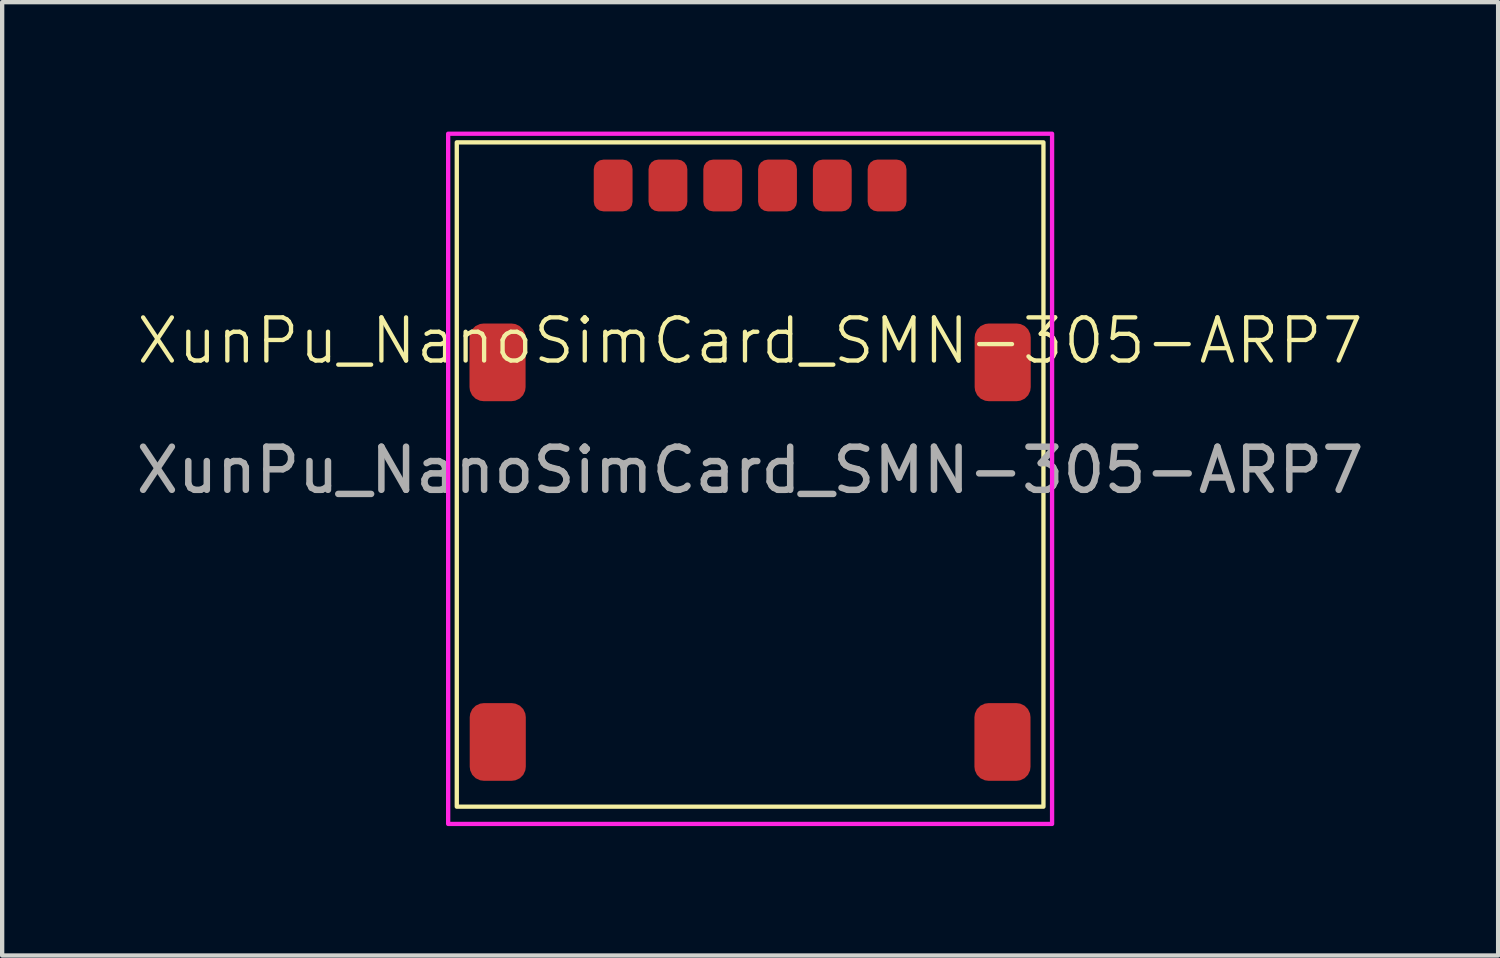
<source format=kicad_pcb>
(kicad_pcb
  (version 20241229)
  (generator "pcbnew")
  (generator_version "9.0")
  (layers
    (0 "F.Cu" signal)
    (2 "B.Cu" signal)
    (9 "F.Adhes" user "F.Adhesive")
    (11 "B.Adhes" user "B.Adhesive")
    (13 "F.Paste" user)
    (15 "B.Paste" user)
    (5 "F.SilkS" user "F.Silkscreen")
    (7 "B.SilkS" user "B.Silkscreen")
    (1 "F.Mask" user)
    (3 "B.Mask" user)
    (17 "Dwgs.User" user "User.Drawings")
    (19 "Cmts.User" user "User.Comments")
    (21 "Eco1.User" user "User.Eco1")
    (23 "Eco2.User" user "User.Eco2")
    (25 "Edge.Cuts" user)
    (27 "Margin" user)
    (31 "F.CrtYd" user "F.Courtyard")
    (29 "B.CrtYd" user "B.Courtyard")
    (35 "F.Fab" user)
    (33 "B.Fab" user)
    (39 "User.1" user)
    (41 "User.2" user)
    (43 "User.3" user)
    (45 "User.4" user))
  (footprint "XunPu_NanoSimCard_SMN-305-ARP7"
    (layer "F.Cu")
    (at 14.339 5.35)
    (property "Reference" "XunPu_NanoSimCard_SMN-305-ARP7" (at 0 -0.5 0) (unlocked yes) (layer "F.SilkS") (effects (font (size 1 1) (thickness 0.1))))
    (attr smd)
    (fp_rect (start -6.8 -5.1) (end 6.8 10.3) (stroke (width 0.1) (type default)) (fill no) (layer "F.SilkS"))
    (fp_rect (start -7 -5.3) (end 7 10.7) (stroke (width 0.1) (type default)) (fill no) (layer "F.CrtYd"))
    (fp_text user "${REFERENCE}" (at 0 2.5 0) (unlocked yes) (layer "F.Fab") (effects (font (size 1 1) (thickness 0.15))))
    (pad "1" smd roundrect (at -3.175 -4.1) (size 0.9 1.2) (layers "F.Cu" "F.Mask" "F.Paste") (roundrect_rratio 0.25))
    (pad "2" smd roundrect (at -0.635 -4.1) (size 0.9 1.2) (layers "F.Cu" "F.Mask" "F.Paste") (roundrect_rratio 0.25))
    (pad "3" smd roundrect (at 1.905 -4.1) (size 0.9 1.2) (layers "F.Cu" "F.Mask" "F.Paste") (roundrect_rratio 0.25))
    (pad "5" smd roundrect (at -1.905 -4.1) (size 0.9 1.2) (layers "F.Cu" "F.Mask" "F.Paste") (roundrect_rratio 0.25))
    (pad "6" smd roundrect (at 0.635 -4.1) (size 0.9 1.2) (layers "F.Cu" "F.Mask" "F.Paste") (roundrect_rratio 0.25))
    (pad "7" smd roundrect (at 3.175 -4.1) (size 0.9 1.2) (layers "F.Cu" "F.Mask" "F.Paste") (roundrect_rratio 0.25))
    (pad "SH" smd roundrect (at -5.855 0) (size 1.3 1.8) (layers "F.Cu" "F.Mask" "F.Paste") (roundrect_rratio 0.25))
    (pad "SH" smd roundrect (at 5.85 8.8) (size 1.3 1.8) (layers "F.Cu" "F.Mask" "F.Paste") (roundrect_rratio 0.25))
    (pad "SH" smd roundrect (at 5.855 0) (size 1.3 1.8) (layers "F.Cu" "F.Mask" "F.Paste") (roundrect_rratio 0.25))
    (pad "SW" smd roundrect (at -5.85 8.8) (size 1.3 1.8) (layers "F.Cu" "F.Mask" "F.Paste") (roundrect_rratio 0.25)))
  (gr_rect
    (start -3 -3)
    (end 31.679 19.1)
    (stroke (width 0.1) (type default))
    (fill no)
    (layer "Edge.Cuts")))
</source>
